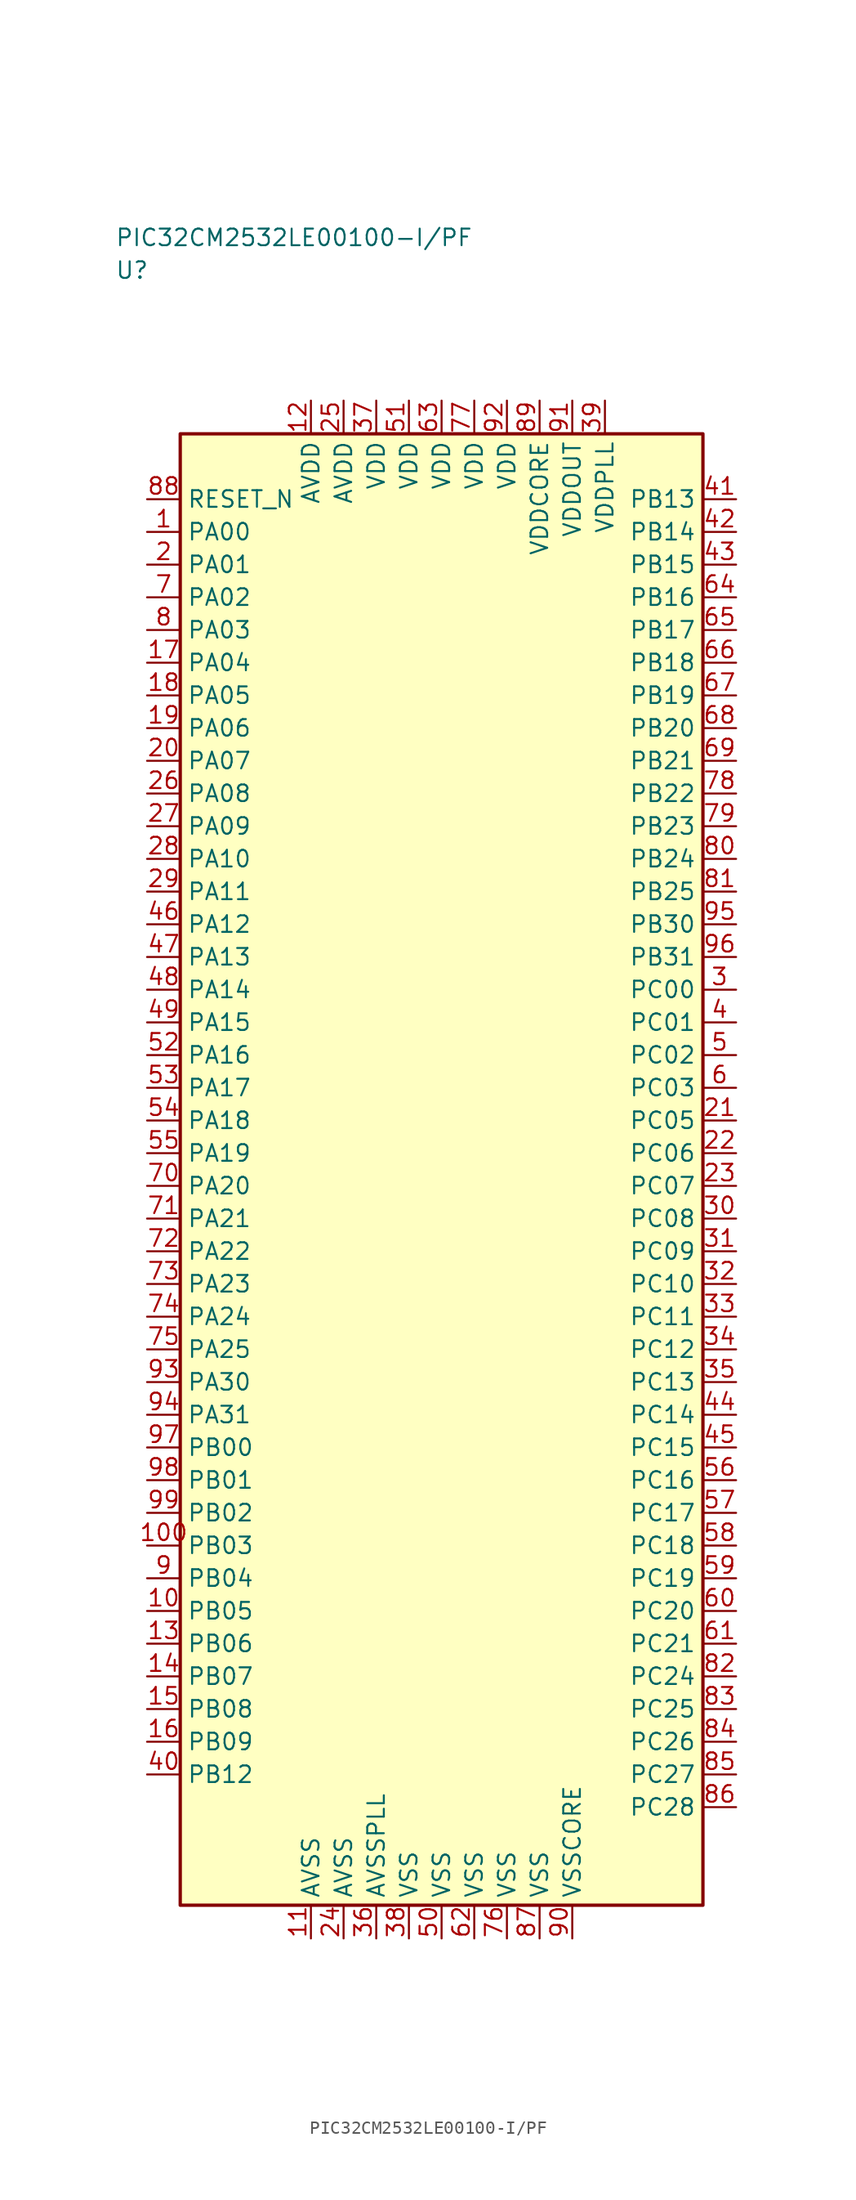
<source format=kicad_sym>
(kicad_symbol_lib
  (version 20241025)
  (generator "kicad_symbol_editor")
  (generator_version "8.0")
  (symbol "PIC32CM2532LE00100-I/PF"
    (property "Reference" "U"
      (at -25.0 68.75 0)
      (effects (font (size 1.27 1.27)) (justify left)))
    (property "Value" "PIC32CM2532LE00100-I/PF"
      (at -25.0 71.25 0)
      (effects (font (size 1.27 1.27)) (justify left)))
    (symbol "PIC32CM2532LE00100-I/PF_0_1"
      (rectangle (start -20.0 56.25) (end 20.0 -56.25) (stroke (width 0.254) (type default)) (fill (type background))))
    (symbol "PIC32CM2532LE00100-I/PF_1_1"
      (pin bidirectional line (at -22.54 48.75 0.0) (length 2.54) (name "PA00" (effects (font (size 1.27 1.27)))) (number "1" (effects (font (size 1.27 1.27)))))
      (pin bidirectional line (at -22.54 46.25 0.0) (length 2.54) (name "PA01" (effects (font (size 1.27 1.27)))) (number "2" (effects (font (size 1.27 1.27)))))
      (pin bidirectional line (at 22.54 13.75 180.0) (length 2.54) (name "PC00" (effects (font (size 1.27 1.27)))) (number "3" (effects (font (size 1.27 1.27)))))
      (pin bidirectional line (at 22.54 11.25 180.0) (length 2.54) (name "PC01" (effects (font (size 1.27 1.27)))) (number "4" (effects (font (size 1.27 1.27)))))
      (pin bidirectional line (at 22.54 8.75 180.0) (length 2.54) (name "PC02" (effects (font (size 1.27 1.27)))) (number "5" (effects (font (size 1.27 1.27)))))
      (pin bidirectional line (at 22.54 6.25 180.0) (length 2.54) (name "PC03" (effects (font (size 1.27 1.27)))) (number "6" (effects (font (size 1.27 1.27)))))
      (pin bidirectional line (at -22.54 43.75 0.0) (length 2.54) (name "PA02" (effects (font (size 1.27 1.27)))) (number "7" (effects (font (size 1.27 1.27)))))
      (pin bidirectional line (at -22.54 41.25 0.0) (length 2.54) (name "PA03" (effects (font (size 1.27 1.27)))) (number "8" (effects (font (size 1.27 1.27)))))
      (pin bidirectional line (at -22.54 -31.25 0.0) (length 2.54) (name "PB04" (effects (font (size 1.27 1.27)))) (number "9" (effects (font (size 1.27 1.27)))))
      (pin bidirectional line (at -22.54 -33.75 0.0) (length 2.54) (name "PB05" (effects (font (size 1.27 1.27)))) (number "10" (effects (font (size 1.27 1.27)))))
      (pin passive line (at -10.0 -58.79 90.0) (length 2.54) (name "AVSS" (effects (font (size 1.27 1.27)))) (number "11" (effects (font (size 1.27 1.27)))))
      (pin power_in line (at -10.0 58.79 270.0) (length 2.54) (name "AVDD" (effects (font (size 1.27 1.27)))) (number "12" (effects (font (size 1.27 1.27)))))
      (pin bidirectional line (at -22.54 -36.25 0.0) (length 2.54) (name "PB06" (effects (font (size 1.27 1.27)))) (number "13" (effects (font (size 1.27 1.27)))))
      (pin bidirectional line (at -22.54 -38.75 0.0) (length 2.54) (name "PB07" (effects (font (size 1.27 1.27)))) (number "14" (effects (font (size 1.27 1.27)))))
      (pin bidirectional line (at -22.54 -41.25 0.0) (length 2.54) (name "PB08" (effects (font (size 1.27 1.27)))) (number "15" (effects (font (size 1.27 1.27)))))
      (pin bidirectional line (at -22.54 -43.75 0.0) (length 2.54) (name "PB09" (effects (font (size 1.27 1.27)))) (number "16" (effects (font (size 1.27 1.27)))))
      (pin bidirectional line (at -22.54 38.75 0.0) (length 2.54) (name "PA04" (effects (font (size 1.27 1.27)))) (number "17" (effects (font (size 1.27 1.27)))))
      (pin bidirectional line (at -22.54 36.25 0.0) (length 2.54) (name "PA05" (effects (font (size 1.27 1.27)))) (number "18" (effects (font (size 1.27 1.27)))))
      (pin bidirectional line (at -22.54 33.75 0.0) (length 2.54) (name "PA06" (effects (font (size 1.27 1.27)))) (number "19" (effects (font (size 1.27 1.27)))))
      (pin bidirectional line (at -22.54 31.25 0.0) (length 2.54) (name "PA07" (effects (font (size 1.27 1.27)))) (number "20" (effects (font (size 1.27 1.27)))))
      (pin bidirectional line (at 22.54 3.75 180.0) (length 2.54) (name "PC05" (effects (font (size 1.27 1.27)))) (number "21" (effects (font (size 1.27 1.27)))))
      (pin bidirectional line (at 22.54 1.25 180.0) (length 2.54) (name "PC06" (effects (font (size 1.27 1.27)))) (number "22" (effects (font (size 1.27 1.27)))))
      (pin bidirectional line (at 22.54 -1.25 180.0) (length 2.54) (name "PC07" (effects (font (size 1.27 1.27)))) (number "23" (effects (font (size 1.27 1.27)))))
      (pin passive line (at -7.5 -58.79 90.0) (length 2.54) (name "AVSS" (effects (font (size 1.27 1.27)))) (number "24" (effects (font (size 1.27 1.27)))))
      (pin power_in line (at -7.5 58.79 270.0) (length 2.54) (name "AVDD" (effects (font (size 1.27 1.27)))) (number "25" (effects (font (size 1.27 1.27)))))
      (pin bidirectional line (at -22.54 28.75 0.0) (length 2.54) (name "PA08" (effects (font (size 1.27 1.27)))) (number "26" (effects (font (size 1.27 1.27)))))
      (pin bidirectional line (at -22.54 26.25 0.0) (length 2.54) (name "PA09" (effects (font (size 1.27 1.27)))) (number "27" (effects (font (size 1.27 1.27)))))
      (pin bidirectional line (at -22.54 23.75 0.0) (length 2.54) (name "PA10" (effects (font (size 1.27 1.27)))) (number "28" (effects (font (size 1.27 1.27)))))
      (pin bidirectional line (at -22.54 21.25 0.0) (length 2.54) (name "PA11" (effects (font (size 1.27 1.27)))) (number "29" (effects (font (size 1.27 1.27)))))
      (pin bidirectional line (at 22.54 -3.75 180.0) (length 2.54) (name "PC08" (effects (font (size 1.27 1.27)))) (number "30" (effects (font (size 1.27 1.27)))))
      (pin bidirectional line (at 22.54 -6.25 180.0) (length 2.54) (name "PC09" (effects (font (size 1.27 1.27)))) (number "31" (effects (font (size 1.27 1.27)))))
      (pin bidirectional line (at 22.54 -8.75 180.0) (length 2.54) (name "PC10" (effects (font (size 1.27 1.27)))) (number "32" (effects (font (size 1.27 1.27)))))
      (pin bidirectional line (at 22.54 -11.25 180.0) (length 2.54) (name "PC11" (effects (font (size 1.27 1.27)))) (number "33" (effects (font (size 1.27 1.27)))))
      (pin bidirectional line (at 22.54 -13.75 180.0) (length 2.54) (name "PC12" (effects (font (size 1.27 1.27)))) (number "34" (effects (font (size 1.27 1.27)))))
      (pin bidirectional line (at 22.54 -16.25 180.0) (length 2.54) (name "PC13" (effects (font (size 1.27 1.27)))) (number "35" (effects (font (size 1.27 1.27)))))
      (pin passive line (at -5.0 -58.79 90.0) (length 2.54) (name "AVSSPLL" (effects (font (size 1.27 1.27)))) (number "36" (effects (font (size 1.27 1.27)))))
      (pin power_in line (at -5.0 58.79 270.0) (length 2.54) (name "VDD" (effects (font (size 1.27 1.27)))) (number "37" (effects (font (size 1.27 1.27)))))
      (pin passive line (at -2.5 -58.79 90.0) (length 2.54) (name "VSS" (effects (font (size 1.27 1.27)))) (number "38" (effects (font (size 1.27 1.27)))))
      (pin power_in line (at 12.5 58.79 270.0) (length 2.54) (name "VDDPLL" (effects (font (size 1.27 1.27)))) (number "39" (effects (font (size 1.27 1.27)))))
      (pin bidirectional line (at -22.54 -46.25 0.0) (length 2.54) (name "PB12" (effects (font (size 1.27 1.27)))) (number "40" (effects (font (size 1.27 1.27)))))
      (pin bidirectional line (at 22.54 51.25 180.0) (length 2.54) (name "PB13" (effects (font (size 1.27 1.27)))) (number "41" (effects (font (size 1.27 1.27)))))
      (pin bidirectional line (at 22.54 48.75 180.0) (length 2.54) (name "PB14" (effects (font (size 1.27 1.27)))) (number "42" (effects (font (size 1.27 1.27)))))
      (pin bidirectional line (at 22.54 46.25 180.0) (length 2.54) (name "PB15" (effects (font (size 1.27 1.27)))) (number "43" (effects (font (size 1.27 1.27)))))
      (pin bidirectional line (at 22.54 -18.75 180.0) (length 2.54) (name "PC14" (effects (font (size 1.27 1.27)))) (number "44" (effects (font (size 1.27 1.27)))))
      (pin bidirectional line (at 22.54 -21.25 180.0) (length 2.54) (name "PC15" (effects (font (size 1.27 1.27)))) (number "45" (effects (font (size 1.27 1.27)))))
      (pin bidirectional line (at -22.54 18.75 0.0) (length 2.54) (name "PA12" (effects (font (size 1.27 1.27)))) (number "46" (effects (font (size 1.27 1.27)))))
      (pin bidirectional line (at -22.54 16.25 0.0) (length 2.54) (name "PA13" (effects (font (size 1.27 1.27)))) (number "47" (effects (font (size 1.27 1.27)))))
      (pin bidirectional line (at -22.54 13.75 0.0) (length 2.54) (name "PA14" (effects (font (size 1.27 1.27)))) (number "48" (effects (font (size 1.27 1.27)))))
      (pin bidirectional line (at -22.54 11.25 0.0) (length 2.54) (name "PA15" (effects (font (size 1.27 1.27)))) (number "49" (effects (font (size 1.27 1.27)))))
      (pin passive line (at 0.0 -58.79 90.0) (length 2.54) (name "VSS" (effects (font (size 1.27 1.27)))) (number "50" (effects (font (size 1.27 1.27)))))
      (pin power_in line (at -2.5 58.79 270.0) (length 2.54) (name "VDD" (effects (font (size 1.27 1.27)))) (number "51" (effects (font (size 1.27 1.27)))))
      (pin bidirectional line (at -22.54 8.75 0.0) (length 2.54) (name "PA16" (effects (font (size 1.27 1.27)))) (number "52" (effects (font (size 1.27 1.27)))))
      (pin bidirectional line (at -22.54 6.25 0.0) (length 2.54) (name "PA17" (effects (font (size 1.27 1.27)))) (number "53" (effects (font (size 1.27 1.27)))))
      (pin bidirectional line (at -22.54 3.75 0.0) (length 2.54) (name "PA18" (effects (font (size 1.27 1.27)))) (number "54" (effects (font (size 1.27 1.27)))))
      (pin bidirectional line (at -22.54 1.25 0.0) (length 2.54) (name "PA19" (effects (font (size 1.27 1.27)))) (number "55" (effects (font (size 1.27 1.27)))))
      (pin bidirectional line (at 22.54 -23.75 180.0) (length 2.54) (name "PC16" (effects (font (size 1.27 1.27)))) (number "56" (effects (font (size 1.27 1.27)))))
      (pin bidirectional line (at 22.54 -26.25 180.0) (length 2.54) (name "PC17" (effects (font (size 1.27 1.27)))) (number "57" (effects (font (size 1.27 1.27)))))
      (pin bidirectional line (at 22.54 -28.75 180.0) (length 2.54) (name "PC18" (effects (font (size 1.27 1.27)))) (number "58" (effects (font (size 1.27 1.27)))))
      (pin bidirectional line (at 22.54 -31.25 180.0) (length 2.54) (name "PC19" (effects (font (size 1.27 1.27)))) (number "59" (effects (font (size 1.27 1.27)))))
      (pin bidirectional line (at 22.54 -33.75 180.0) (length 2.54) (name "PC20" (effects (font (size 1.27 1.27)))) (number "60" (effects (font (size 1.27 1.27)))))
      (pin bidirectional line (at 22.54 -36.25 180.0) (length 2.54) (name "PC21" (effects (font (size 1.27 1.27)))) (number "61" (effects (font (size 1.27 1.27)))))
      (pin passive line (at 2.5 -58.79 90.0) (length 2.54) (name "VSS" (effects (font (size 1.27 1.27)))) (number "62" (effects (font (size 1.27 1.27)))))
      (pin power_in line (at 0.0 58.79 270.0) (length 2.54) (name "VDD" (effects (font (size 1.27 1.27)))) (number "63" (effects (font (size 1.27 1.27)))))
      (pin bidirectional line (at 22.54 43.75 180.0) (length 2.54) (name "PB16" (effects (font (size 1.27 1.27)))) (number "64" (effects (font (size 1.27 1.27)))))
      (pin bidirectional line (at 22.54 41.25 180.0) (length 2.54) (name "PB17" (effects (font (size 1.27 1.27)))) (number "65" (effects (font (size 1.27 1.27)))))
      (pin bidirectional line (at 22.54 38.75 180.0) (length 2.54) (name "PB18" (effects (font (size 1.27 1.27)))) (number "66" (effects (font (size 1.27 1.27)))))
      (pin bidirectional line (at 22.54 36.25 180.0) (length 2.54) (name "PB19" (effects (font (size 1.27 1.27)))) (number "67" (effects (font (size 1.27 1.27)))))
      (pin bidirectional line (at 22.54 33.75 180.0) (length 2.54) (name "PB20" (effects (font (size 1.27 1.27)))) (number "68" (effects (font (size 1.27 1.27)))))
      (pin bidirectional line (at 22.54 31.25 180.0) (length 2.54) (name "PB21" (effects (font (size 1.27 1.27)))) (number "69" (effects (font (size 1.27 1.27)))))
      (pin bidirectional line (at -22.54 -1.25 0.0) (length 2.54) (name "PA20" (effects (font (size 1.27 1.27)))) (number "70" (effects (font (size 1.27 1.27)))))
      (pin bidirectional line (at -22.54 -3.75 0.0) (length 2.54) (name "PA21" (effects (font (size 1.27 1.27)))) (number "71" (effects (font (size 1.27 1.27)))))
      (pin bidirectional line (at -22.54 -6.25 0.0) (length 2.54) (name "PA22" (effects (font (size 1.27 1.27)))) (number "72" (effects (font (size 1.27 1.27)))))
      (pin bidirectional line (at -22.54 -8.75 0.0) (length 2.54) (name "PA23" (effects (font (size 1.27 1.27)))) (number "73" (effects (font (size 1.27 1.27)))))
      (pin bidirectional line (at -22.54 -11.25 0.0) (length 2.54) (name "PA24" (effects (font (size 1.27 1.27)))) (number "74" (effects (font (size 1.27 1.27)))))
      (pin bidirectional line (at -22.54 -13.75 0.0) (length 2.54) (name "PA25" (effects (font (size 1.27 1.27)))) (number "75" (effects (font (size 1.27 1.27)))))
      (pin passive line (at 5.0 -58.79 90.0) (length 2.54) (name "VSS" (effects (font (size 1.27 1.27)))) (number "76" (effects (font (size 1.27 1.27)))))
      (pin power_in line (at 2.5 58.79 270.0) (length 2.54) (name "VDD" (effects (font (size 1.27 1.27)))) (number "77" (effects (font (size 1.27 1.27)))))
      (pin bidirectional line (at 22.54 28.75 180.0) (length 2.54) (name "PB22" (effects (font (size 1.27 1.27)))) (number "78" (effects (font (size 1.27 1.27)))))
      (pin bidirectional line (at 22.54 26.25 180.0) (length 2.54) (name "PB23" (effects (font (size 1.27 1.27)))) (number "79" (effects (font (size 1.27 1.27)))))
      (pin bidirectional line (at 22.54 23.75 180.0) (length 2.54) (name "PB24" (effects (font (size 1.27 1.27)))) (number "80" (effects (font (size 1.27 1.27)))))
      (pin bidirectional line (at 22.54 21.25 180.0) (length 2.54) (name "PB25" (effects (font (size 1.27 1.27)))) (number "81" (effects (font (size 1.27 1.27)))))
      (pin bidirectional line (at 22.54 -38.75 180.0) (length 2.54) (name "PC24" (effects (font (size 1.27 1.27)))) (number "82" (effects (font (size 1.27 1.27)))))
      (pin bidirectional line (at 22.54 -41.25 180.0) (length 2.54) (name "PC25" (effects (font (size 1.27 1.27)))) (number "83" (effects (font (size 1.27 1.27)))))
      (pin bidirectional line (at 22.54 -43.75 180.0) (length 2.54) (name "PC26" (effects (font (size 1.27 1.27)))) (number "84" (effects (font (size 1.27 1.27)))))
      (pin bidirectional line (at 22.54 -46.25 180.0) (length 2.54) (name "PC27" (effects (font (size 1.27 1.27)))) (number "85" (effects (font (size 1.27 1.27)))))
      (pin bidirectional line (at 22.54 -48.75 180.0) (length 2.54) (name "PC28" (effects (font (size 1.27 1.27)))) (number "86" (effects (font (size 1.27 1.27)))))
      (pin passive line (at 7.5 -58.79 90.0) (length 2.54) (name "VSS" (effects (font (size 1.27 1.27)))) (number "87" (effects (font (size 1.27 1.27)))))
      (pin input line (at -22.54 51.25 0.0) (length 2.54) (name "RESET_N" (effects (font (size 1.27 1.27)))) (number "88" (effects (font (size 1.27 1.27)))))
      (pin power_in line (at 7.5 58.79 270.0) (length 2.54) (name "VDDCORE" (effects (font (size 1.27 1.27)))) (number "89" (effects (font (size 1.27 1.27)))))
      (pin passive line (at 10.0 -58.79 90.0) (length 2.54) (name "VSSCORE" (effects (font (size 1.27 1.27)))) (number "90" (effects (font (size 1.27 1.27)))))
      (pin power_in line (at 10.0 58.79 270.0) (length 2.54) (name "VDDOUT" (effects (font (size 1.27 1.27)))) (number "91" (effects (font (size 1.27 1.27)))))
      (pin power_in line (at 5.0 58.79 270.0) (length 2.54) (name "VDD" (effects (font (size 1.27 1.27)))) (number "92" (effects (font (size 1.27 1.27)))))
      (pin bidirectional line (at -22.54 -16.25 0.0) (length 2.54) (name "PA30" (effects (font (size 1.27 1.27)))) (number "93" (effects (font (size 1.27 1.27)))))
      (pin bidirectional line (at -22.54 -18.75 0.0) (length 2.54) (name "PA31" (effects (font (size 1.27 1.27)))) (number "94" (effects (font (size 1.27 1.27)))))
      (pin bidirectional line (at 22.54 18.75 180.0) (length 2.54) (name "PB30" (effects (font (size 1.27 1.27)))) (number "95" (effects (font (size 1.27 1.27)))))
      (pin bidirectional line (at 22.54 16.25 180.0) (length 2.54) (name "PB31" (effects (font (size 1.27 1.27)))) (number "96" (effects (font (size 1.27 1.27)))))
      (pin bidirectional line (at -22.54 -21.25 0.0) (length 2.54) (name "PB00" (effects (font (size 1.27 1.27)))) (number "97" (effects (font (size 1.27 1.27)))))
      (pin bidirectional line (at -22.54 -23.75 0.0) (length 2.54) (name "PB01" (effects (font (size 1.27 1.27)))) (number "98" (effects (font (size 1.27 1.27)))))
      (pin bidirectional line (at -22.54 -26.25 0.0) (length 2.54) (name "PB02" (effects (font (size 1.27 1.27)))) (number "99" (effects (font (size 1.27 1.27)))))
      (pin bidirectional line (at -22.54 -28.75 0.0) (length 2.54) (name "PB03" (effects (font (size 1.27 1.27)))) (number "100" (effects (font (size 1.27 1.27))))))))
</source>
